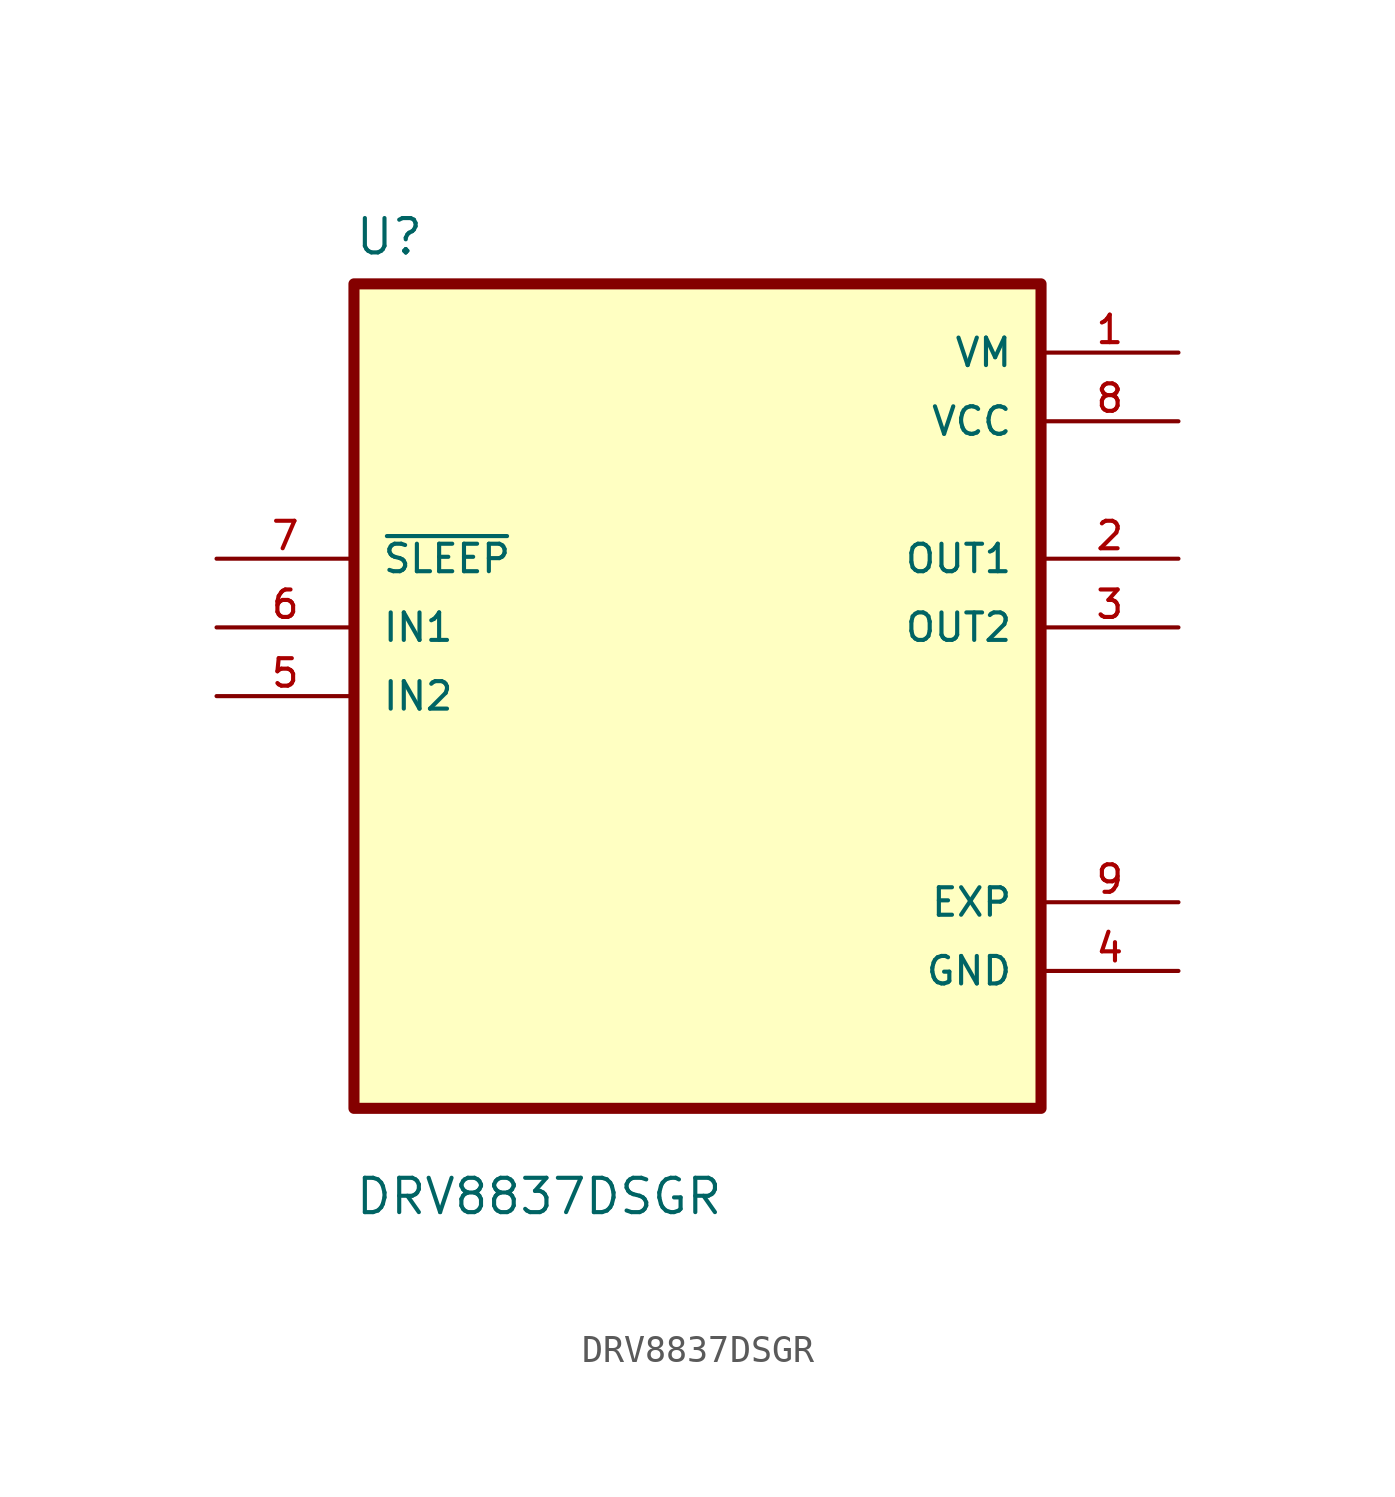
<source format=kicad_sym>
(kicad_symbol_lib
  (version 20211014)
  (generator kicad_symbol_editor)
  (symbol "DRV8837DSGR"
    (pin_names
      (offset 1.016))
    (property "Reference" "U"
      (at -12.7 16.24 0.0)
      (effects (font (size 1.27 1.27)) (justify bottom left)))
    (property "Value" "DRV8837DSGR"
      (at -12.7 -19.24 0.0)
      (effects (font (size 1.27 1.27)) (justify bottom left)))
    (symbol "DRV8837DSGR_0_0"
      (rectangle (start -12.7 -15.24) (end 12.7 15.24) (stroke (width 0.41)) (fill (type background)))
      (pin input line (at -17.78 5.08 0) (length 5.08) (name "~{SLEEP}" (effects (font (size 1.016 1.016)))) (number "7" (effects (font (size 1.016 1.016)))))
      (pin input line (at -17.78 2.54 0) (length 5.08) (name "IN1" (effects (font (size 1.016 1.016)))) (number "6" (effects (font (size 1.016 1.016)))))
      (pin input line (at -17.78 0.0 0) (length 5.08) (name "IN2" (effects (font (size 1.016 1.016)))) (number "5" (effects (font (size 1.016 1.016)))))
      (pin power_in line (at 17.78 12.7 180.0) (length 5.08) (name "VM" (effects (font (size 1.016 1.016)))) (number "1" (effects (font (size 1.016 1.016)))))
      (pin power_in line (at 17.78 10.16 180.0) (length 5.08) (name "VCC" (effects (font (size 1.016 1.016)))) (number "8" (effects (font (size 1.016 1.016)))))
      (pin output line (at 17.78 5.08 180.0) (length 5.08) (name "OUT1" (effects (font (size 1.016 1.016)))) (number "2" (effects (font (size 1.016 1.016)))))
      (pin output line (at 17.78 2.54 180.0) (length 5.08) (name "OUT2" (effects (font (size 1.016 1.016)))) (number "3" (effects (font (size 1.016 1.016)))))
      (pin power_in line (at 17.78 -7.62 180.0) (length 5.08) (name "EXP" (effects (font (size 1.016 1.016)))) (number "9" (effects (font (size 1.016 1.016)))))
      (pin power_in line (at 17.78 -10.16 180.0) (length 5.08) (name "GND" (effects (font (size 1.016 1.016)))) (number "4" (effects (font (size 1.016 1.016))))))))
</source>
